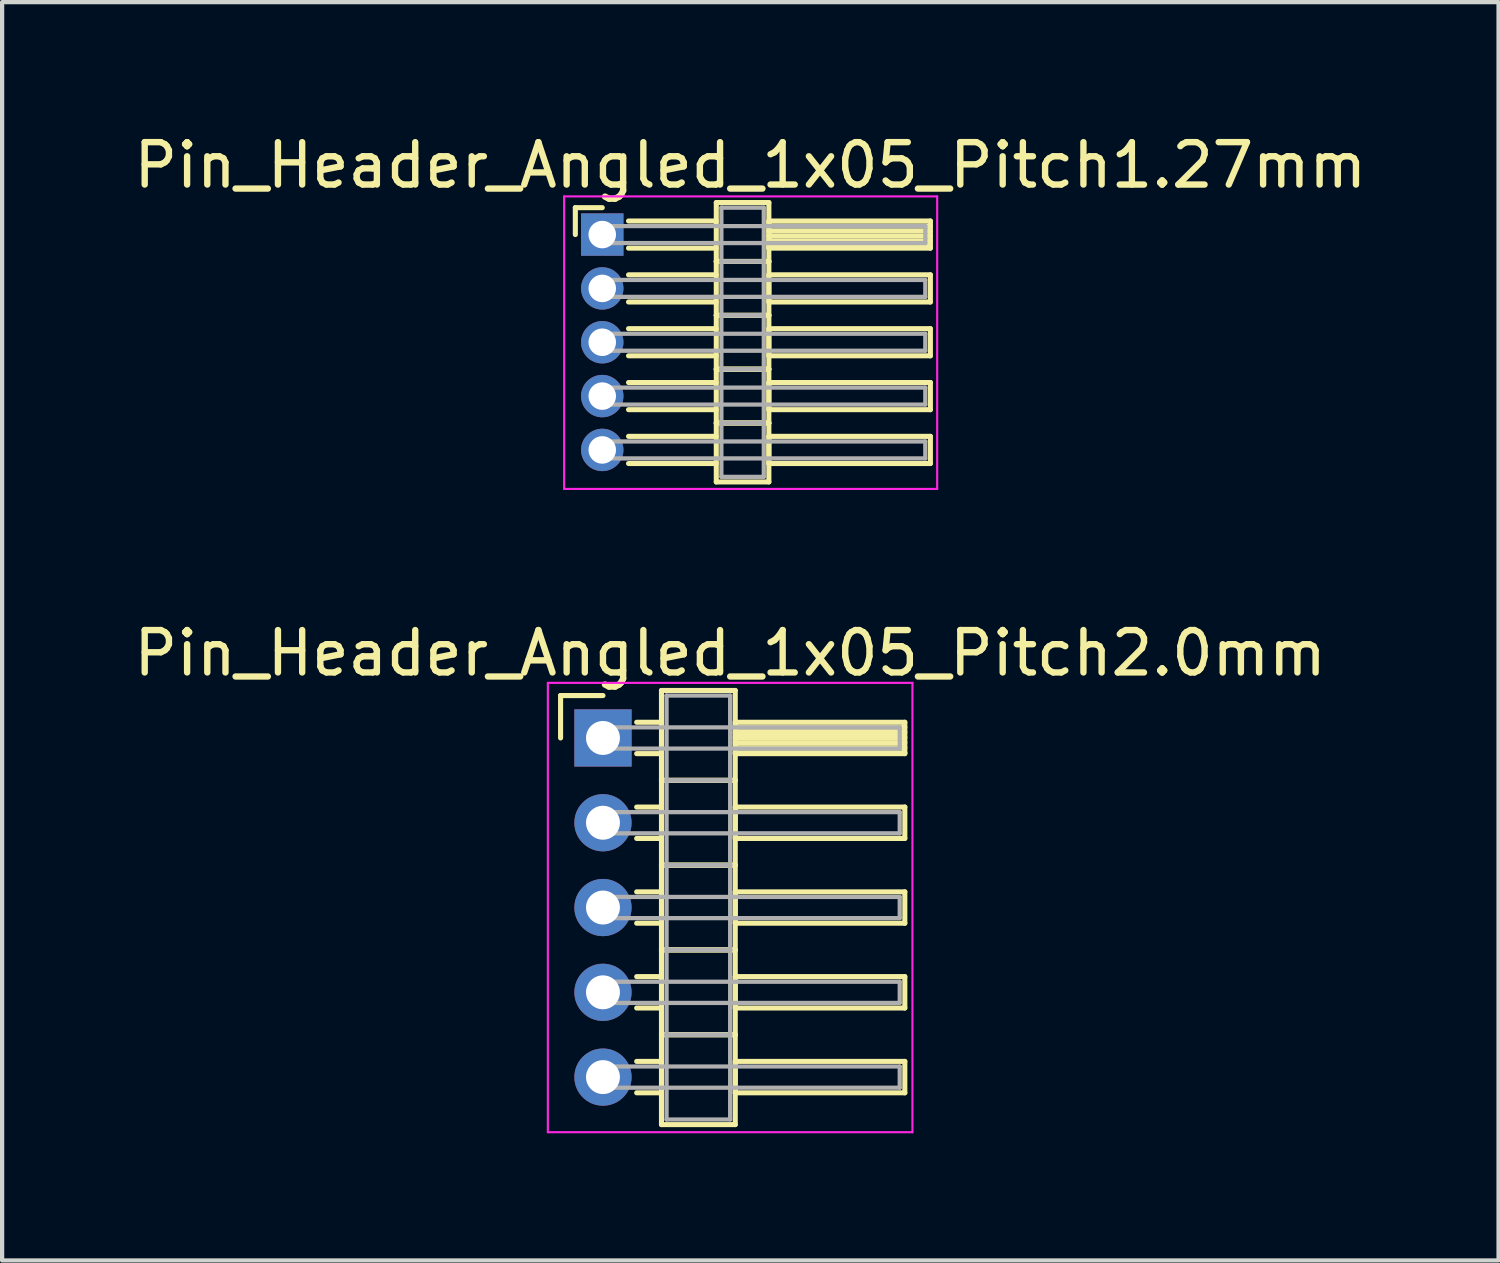
<source format=kicad_pcb>
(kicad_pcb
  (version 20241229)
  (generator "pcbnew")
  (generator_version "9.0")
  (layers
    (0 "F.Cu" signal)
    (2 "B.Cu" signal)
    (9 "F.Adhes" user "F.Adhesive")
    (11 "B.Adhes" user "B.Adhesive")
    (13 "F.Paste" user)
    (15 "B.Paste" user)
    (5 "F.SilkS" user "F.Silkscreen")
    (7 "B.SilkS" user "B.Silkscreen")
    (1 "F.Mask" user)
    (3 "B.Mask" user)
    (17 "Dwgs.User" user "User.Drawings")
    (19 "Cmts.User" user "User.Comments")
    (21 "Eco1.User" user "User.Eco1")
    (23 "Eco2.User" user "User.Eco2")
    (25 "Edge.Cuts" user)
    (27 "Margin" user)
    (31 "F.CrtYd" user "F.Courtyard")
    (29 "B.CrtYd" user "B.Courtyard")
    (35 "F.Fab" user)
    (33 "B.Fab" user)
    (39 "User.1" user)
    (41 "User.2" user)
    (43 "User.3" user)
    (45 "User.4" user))
  (footprint "Pin_Header_Angled_1x05_Pitch2.0mm"
    (layer "F.Cu")
    (at 11.173 14.357)
    (property "Reference" "Pin_Header_Angled_1x05_Pitch2.0mm" (at 3 -2 0) (layer "F.SilkS") (effects (font (size 1 1) (thickness 0.15))))
    (attr through_hole)
    (fp_line (start -1 -1) (end 0 -1) (stroke (width 0.12) (type solid)) (layer "F.SilkS"))
    (fp_line (start -1 0) (end -1 -1) (stroke (width 0.12) (type solid)) (layer "F.SilkS"))
    (fp_line (start 0.795 -0.37) (end 1.38 -0.37) (stroke (width 0.12) (type solid)) (layer "F.SilkS"))
    (fp_line (start 0.795 0.37) (end 1.38 0.37) (stroke (width 0.12) (type solid)) (layer "F.SilkS"))
    (fp_line (start 0.795 1.63) (end 1.38 1.63) (stroke (width 0.12) (type solid)) (layer "F.SilkS"))
    (fp_line (start 0.795 2.37) (end 1.38 2.37) (stroke (width 0.12) (type solid)) (layer "F.SilkS"))
    (fp_line (start 0.795 3.63) (end 1.38 3.63) (stroke (width 0.12) (type solid)) (layer "F.SilkS"))
    (fp_line (start 0.795 4.37) (end 1.38 4.37) (stroke (width 0.12) (type solid)) (layer "F.SilkS"))
    (fp_line (start 0.795 5.63) (end 1.38 5.63) (stroke (width 0.12) (type solid)) (layer "F.SilkS"))
    (fp_line (start 0.795 6.37) (end 1.38 6.37) (stroke (width 0.12) (type solid)) (layer "F.SilkS"))
    (fp_line (start 0.795 7.63) (end 1.38 7.63) (stroke (width 0.12) (type solid)) (layer "F.SilkS"))
    (fp_line (start 0.795 8.37) (end 1.38 8.37) (stroke (width 0.12) (type solid)) (layer "F.SilkS"))
    (fp_line (start 1.38 -1.12) (end 1.38 1) (stroke (width 0.12) (type solid)) (layer "F.SilkS"))
    (fp_line (start 1.38 1) (end 1.38 3) (stroke (width 0.12) (type solid)) (layer "F.SilkS"))
    (fp_line (start 1.38 1) (end 3.12 1) (stroke (width 0.12) (type solid)) (layer "F.SilkS"))
    (fp_line (start 1.38 3) (end 1.38 5) (stroke (width 0.12) (type solid)) (layer "F.SilkS"))
    (fp_line (start 1.38 3) (end 3.12 3) (stroke (width 0.12) (type solid)) (layer "F.SilkS"))
    (fp_line (start 1.38 5) (end 1.38 7) (stroke (width 0.12) (type solid)) (layer "F.SilkS"))
    (fp_line (start 1.38 5) (end 3.12 5) (stroke (width 0.12) (type solid)) (layer "F.SilkS"))
    (fp_line (start 1.38 7) (end 1.38 9.12) (stroke (width 0.12) (type solid)) (layer "F.SilkS"))
    (fp_line (start 1.38 7) (end 3.12 7) (stroke (width 0.12) (type solid)) (layer "F.SilkS"))
    (fp_line (start 1.38 9.12) (end 3.12 9.12) (stroke (width 0.12) (type solid)) (layer "F.SilkS"))
    (fp_line (start 3.12 -1.12) (end 1.38 -1.12) (stroke (width 0.12) (type solid)) (layer "F.SilkS"))
    (fp_line (start 3.12 -0.37) (end 3.12 0.37) (stroke (width 0.12) (type solid)) (layer "F.SilkS"))
    (fp_line (start 3.12 -0.25) (end 7.12 -0.25) (stroke (width 0.12) (type solid)) (layer "F.SilkS"))
    (fp_line (start 3.12 -0.13) (end 7.12 -0.13) (stroke (width 0.12) (type solid)) (layer "F.SilkS"))
    (fp_line (start 3.12 -0.01) (end 7.12 -0.01) (stroke (width 0.12) (type solid)) (layer "F.SilkS"))
    (fp_line (start 3.12 0.11) (end 7.12 0.11) (stroke (width 0.12) (type solid)) (layer "F.SilkS"))
    (fp_line (start 3.12 0.23) (end 7.12 0.23) (stroke (width 0.12) (type solid)) (layer "F.SilkS"))
    (fp_line (start 3.12 0.35) (end 7.12 0.35) (stroke (width 0.12) (type solid)) (layer "F.SilkS"))
    (fp_line (start 3.12 0.37) (end 7.12 0.37) (stroke (width 0.12) (type solid)) (layer "F.SilkS"))
    (fp_line (start 3.12 1) (end 1.38 1) (stroke (width 0.12) (type solid)) (layer "F.SilkS"))
    (fp_line (start 3.12 1) (end 3.12 -1.12) (stroke (width 0.12) (type solid)) (layer "F.SilkS"))
    (fp_line (start 3.12 1.63) (end 3.12 2.37) (stroke (width 0.12) (type solid)) (layer "F.SilkS"))
    (fp_line (start 3.12 2.37) (end 7.12 2.37) (stroke (width 0.12) (type solid)) (layer "F.SilkS"))
    (fp_line (start 3.12 3) (end 1.38 3) (stroke (width 0.12) (type solid)) (layer "F.SilkS"))
    (fp_line (start 3.12 3) (end 3.12 1) (stroke (width 0.12) (type solid)) (layer "F.SilkS"))
    (fp_line (start 3.12 3.63) (end 3.12 4.37) (stroke (width 0.12) (type solid)) (layer "F.SilkS"))
    (fp_line (start 3.12 4.37) (end 7.12 4.37) (stroke (width 0.12) (type solid)) (layer "F.SilkS"))
    (fp_line (start 3.12 5) (end 1.38 5) (stroke (width 0.12) (type solid)) (layer "F.SilkS"))
    (fp_line (start 3.12 5) (end 3.12 3) (stroke (width 0.12) (type solid)) (layer "F.SilkS"))
    (fp_line (start 3.12 5.63) (end 3.12 6.37) (stroke (width 0.12) (type solid)) (layer "F.SilkS"))
    (fp_line (start 3.12 6.37) (end 7.12 6.37) (stroke (width 0.12) (type solid)) (layer "F.SilkS"))
    (fp_line (start 3.12 7) (end 1.38 7) (stroke (width 0.12) (type solid)) (layer "F.SilkS"))
    (fp_line (start 3.12 7) (end 3.12 5) (stroke (width 0.12) (type solid)) (layer "F.SilkS"))
    (fp_line (start 3.12 7.63) (end 3.12 8.37) (stroke (width 0.12) (type solid)) (layer "F.SilkS"))
    (fp_line (start 3.12 8.37) (end 7.12 8.37) (stroke (width 0.12) (type solid)) (layer "F.SilkS"))
    (fp_line (start 3.12 9.12) (end 3.12 7) (stroke (width 0.12) (type solid)) (layer "F.SilkS"))
    (fp_line (start 7.12 -0.37) (end 3.12 -0.37) (stroke (width 0.12) (type solid)) (layer "F.SilkS"))
    (fp_line (start 7.12 0.37) (end 7.12 -0.37) (stroke (width 0.12) (type solid)) (layer "F.SilkS"))
    (fp_line (start 7.12 1.63) (end 3.12 1.63) (stroke (width 0.12) (type solid)) (layer "F.SilkS"))
    (fp_line (start 7.12 2.37) (end 7.12 1.63) (stroke (width 0.12) (type solid)) (layer "F.SilkS"))
    (fp_line (start 7.12 3.63) (end 3.12 3.63) (stroke (width 0.12) (type solid)) (layer "F.SilkS"))
    (fp_line (start 7.12 4.37) (end 7.12 3.63) (stroke (width 0.12) (type solid)) (layer "F.SilkS"))
    (fp_line (start 7.12 5.63) (end 3.12 5.63) (stroke (width 0.12) (type solid)) (layer "F.SilkS"))
    (fp_line (start 7.12 6.37) (end 7.12 5.63) (stroke (width 0.12) (type solid)) (layer "F.SilkS"))
    (fp_line (start 7.12 7.63) (end 3.12 7.63) (stroke (width 0.12) (type solid)) (layer "F.SilkS"))
    (fp_line (start 7.12 8.37) (end 7.12 7.63) (stroke (width 0.12) (type solid)) (layer "F.SilkS"))
    (fp_line (start -1.3 -1.3) (end -1.3 9.3) (stroke (width 0.05) (type solid)) (layer "F.CrtYd"))
    (fp_line (start -1.3 9.3) (end 7.3 9.3) (stroke (width 0.05) (type solid)) (layer "F.CrtYd"))
    (fp_line (start 7.3 -1.3) (end -1.3 -1.3) (stroke (width 0.05) (type solid)) (layer "F.CrtYd"))
    (fp_line (start 7.3 9.3) (end 7.3 -1.3) (stroke (width 0.05) (type solid)) (layer "F.CrtYd"))
    (fp_line (start 0 -0.25) (end 0 0.25) (stroke (width 0.1) (type solid)) (layer "F.Fab"))
    (fp_line (start 0 0.25) (end 7 0.25) (stroke (width 0.1) (type solid)) (layer "F.Fab"))
    (fp_line (start 0 1.75) (end 0 2.25) (stroke (width 0.1) (type solid)) (layer "F.Fab"))
    (fp_line (start 0 2.25) (end 7 2.25) (stroke (width 0.1) (type solid)) (layer "F.Fab"))
    (fp_line (start 0 3.75) (end 0 4.25) (stroke (width 0.1) (type solid)) (layer "F.Fab"))
    (fp_line (start 0 4.25) (end 7 4.25) (stroke (width 0.1) (type solid)) (layer "F.Fab"))
    (fp_line (start 0 5.75) (end 0 6.25) (stroke (width 0.1) (type solid)) (layer "F.Fab"))
    (fp_line (start 0 6.25) (end 7 6.25) (stroke (width 0.1) (type solid)) (layer "F.Fab"))
    (fp_line (start 0 7.75) (end 0 8.25) (stroke (width 0.1) (type solid)) (layer "F.Fab"))
    (fp_line (start 0 8.25) (end 7 8.25) (stroke (width 0.1) (type solid)) (layer "F.Fab"))
    (fp_line (start 1.5 -1) (end 1.5 1) (stroke (width 0.1) (type solid)) (layer "F.Fab"))
    (fp_line (start 1.5 1) (end 1.5 3) (stroke (width 0.1) (type solid)) (layer "F.Fab"))
    (fp_line (start 1.5 1) (end 3 1) (stroke (width 0.1) (type solid)) (layer "F.Fab"))
    (fp_line (start 1.5 3) (end 1.5 5) (stroke (width 0.1) (type solid)) (layer "F.Fab"))
    (fp_line (start 1.5 3) (end 3 3) (stroke (width 0.1) (type solid)) (layer "F.Fab"))
    (fp_line (start 1.5 5) (end 1.5 7) (stroke (width 0.1) (type solid)) (layer "F.Fab"))
    (fp_line (start 1.5 5) (end 3 5) (stroke (width 0.1) (type solid)) (layer "F.Fab"))
    (fp_line (start 1.5 7) (end 1.5 9) (stroke (width 0.1) (type solid)) (layer "F.Fab"))
    (fp_line (start 1.5 7) (end 3 7) (stroke (width 0.1) (type solid)) (layer "F.Fab"))
    (fp_line (start 1.5 9) (end 3 9) (stroke (width 0.1) (type solid)) (layer "F.Fab"))
    (fp_line (start 3 -1) (end 1.5 -1) (stroke (width 0.1) (type solid)) (layer "F.Fab"))
    (fp_line (start 3 1) (end 1.5 1) (stroke (width 0.1) (type solid)) (layer "F.Fab"))
    (fp_line (start 3 1) (end 3 -1) (stroke (width 0.1) (type solid)) (layer "F.Fab"))
    (fp_line (start 3 3) (end 1.5 3) (stroke (width 0.1) (type solid)) (layer "F.Fab"))
    (fp_line (start 3 3) (end 3 1) (stroke (width 0.1) (type solid)) (layer "F.Fab"))
    (fp_line (start 3 5) (end 1.5 5) (stroke (width 0.1) (type solid)) (layer "F.Fab"))
    (fp_line (start 3 5) (end 3 3) (stroke (width 0.1) (type solid)) (layer "F.Fab"))
    (fp_line (start 3 7) (end 1.5 7) (stroke (width 0.1) (type solid)) (layer "F.Fab"))
    (fp_line (start 3 7) (end 3 5) (stroke (width 0.1) (type solid)) (layer "F.Fab"))
    (fp_line (start 3 9) (end 3 7) (stroke (width 0.1) (type solid)) (layer "F.Fab"))
    (fp_line (start 7 -0.25) (end 0 -0.25) (stroke (width 0.1) (type solid)) (layer "F.Fab"))
    (fp_line (start 7 0.25) (end 7 -0.25) (stroke (width 0.1) (type solid)) (layer "F.Fab"))
    (fp_line (start 7 1.75) (end 0 1.75) (stroke (width 0.1) (type solid)) (layer "F.Fab"))
    (fp_line (start 7 2.25) (end 7 1.75) (stroke (width 0.1) (type solid)) (layer "F.Fab"))
    (fp_line (start 7 3.75) (end 0 3.75) (stroke (width 0.1) (type solid)) (layer "F.Fab"))
    (fp_line (start 7 4.25) (end 7 3.75) (stroke (width 0.1) (type solid)) (layer "F.Fab"))
    (fp_line (start 7 5.75) (end 0 5.75) (stroke (width 0.1) (type solid)) (layer "F.Fab"))
    (fp_line (start 7 6.25) (end 7 5.75) (stroke (width 0.1) (type solid)) (layer "F.Fab"))
    (fp_line (start 7 7.75) (end 0 7.75) (stroke (width 0.1) (type solid)) (layer "F.Fab"))
    (fp_line (start 7 8.25) (end 7 7.75) (stroke (width 0.1) (type solid)) (layer "F.Fab"))
    (pad "1" thru_hole rect (at 0 0) (size 1.35 1.35) (drill 0.8) (layers "*.Cu" "*.Mask"))
    (pad "2" thru_hole oval (at 0 2) (size 1.35 1.35) (drill 0.8) (layers "*.Cu" "*.Mask"))
    (pad "3" thru_hole oval (at 0 4) (size 1.35 1.35) (drill 0.8) (layers "*.Cu" "*.Mask"))
    (pad "4" thru_hole oval (at 0 6) (size 1.35 1.35) (drill 0.8) (layers "*.Cu" "*.Mask"))
    (pad "5" thru_hole oval (at 0 8) (size 1.35 1.35) (drill 0.8) (layers "*.Cu" "*.Mask")))
  (footprint "Pin_Header_Angled_1x05_Pitch1.27mm"
    (layer "F.Cu")
    (at 11.156 2.483)
    (property "Reference" "Pin_Header_Angled_1x05_Pitch1.27mm" (at 3.493 -1.635 0) (layer "F.SilkS") (effects (font (size 1 1) (thickness 0.15))))
    (attr through_hole)
    (fp_line (start -0.635 -0.635) (end 0 -0.635) (stroke (width 0.12) (type solid)) (layer "F.SilkS"))
    (fp_line (start -0.635 0) (end -0.635 -0.635) (stroke (width 0.12) (type solid)) (layer "F.SilkS"))
    (fp_line (start 0.62 -0.32) (end 2.69 -0.32) (stroke (width 0.12) (type solid)) (layer "F.SilkS"))
    (fp_line (start 0.62 0.32) (end 2.69 0.32) (stroke (width 0.12) (type solid)) (layer "F.SilkS"))
    (fp_line (start 0.62 0.95) (end 2.69 0.95) (stroke (width 0.12) (type solid)) (layer "F.SilkS"))
    (fp_line (start 0.62 1.59) (end 2.69 1.59) (stroke (width 0.12) (type solid)) (layer "F.SilkS"))
    (fp_line (start 0.62 2.22) (end 2.69 2.22) (stroke (width 0.12) (type solid)) (layer "F.SilkS"))
    (fp_line (start 0.62 2.86) (end 2.69 2.86) (stroke (width 0.12) (type solid)) (layer "F.SilkS"))
    (fp_line (start 0.62 3.49) (end 2.69 3.49) (stroke (width 0.12) (type solid)) (layer "F.SilkS"))
    (fp_line (start 0.62 4.13) (end 2.69 4.13) (stroke (width 0.12) (type solid)) (layer "F.SilkS"))
    (fp_line (start 0.62 4.76) (end 2.69 4.76) (stroke (width 0.12) (type solid)) (layer "F.SilkS"))
    (fp_line (start 0.62 5.4) (end 2.69 5.4) (stroke (width 0.12) (type solid)) (layer "F.SilkS"))
    (fp_line (start 2.69 -0.755) (end 2.69 0.635) (stroke (width 0.12) (type solid)) (layer "F.SilkS"))
    (fp_line (start 2.69 0.635) (end 2.69 1.905) (stroke (width 0.12) (type solid)) (layer "F.SilkS"))
    (fp_line (start 2.69 0.635) (end 3.93 0.635) (stroke (width 0.12) (type solid)) (layer "F.SilkS"))
    (fp_line (start 2.69 1.905) (end 2.69 3.175) (stroke (width 0.12) (type solid)) (layer "F.SilkS"))
    (fp_line (start 2.69 1.905) (end 3.93 1.905) (stroke (width 0.12) (type solid)) (layer "F.SilkS"))
    (fp_line (start 2.69 3.175) (end 2.69 4.445) (stroke (width 0.12) (type solid)) (layer "F.SilkS"))
    (fp_line (start 2.69 3.175) (end 3.93 3.175) (stroke (width 0.12) (type solid)) (layer "F.SilkS"))
    (fp_line (start 2.69 4.445) (end 2.69 5.835) (stroke (width 0.12) (type solid)) (layer "F.SilkS"))
    (fp_line (start 2.69 4.445) (end 3.93 4.445) (stroke (width 0.12) (type solid)) (layer "F.SilkS"))
    (fp_line (start 2.69 5.835) (end 3.93 5.835) (stroke (width 0.12) (type solid)) (layer "F.SilkS"))
    (fp_line (start 3.93 -0.755) (end 2.69 -0.755) (stroke (width 0.12) (type solid)) (layer "F.SilkS"))
    (fp_line (start 3.93 -0.32) (end 3.93 0.32) (stroke (width 0.12) (type solid)) (layer "F.SilkS"))
    (fp_line (start 3.93 -0.2) (end 7.74 -0.2) (stroke (width 0.12) (type solid)) (layer "F.SilkS"))
    (fp_line (start 3.93 -0.08) (end 7.74 -0.08) (stroke (width 0.12) (type solid)) (layer "F.SilkS"))
    (fp_line (start 3.93 0.04) (end 7.74 0.04) (stroke (width 0.12) (type solid)) (layer "F.SilkS"))
    (fp_line (start 3.93 0.16) (end 7.74 0.16) (stroke (width 0.12) (type solid)) (layer "F.SilkS"))
    (fp_line (start 3.93 0.28) (end 7.74 0.28) (stroke (width 0.12) (type solid)) (layer "F.SilkS"))
    (fp_line (start 3.93 0.32) (end 7.74 0.32) (stroke (width 0.12) (type solid)) (layer "F.SilkS"))
    (fp_line (start 3.93 0.635) (end 2.69 0.635) (stroke (width 0.12) (type solid)) (layer "F.SilkS"))
    (fp_line (start 3.93 0.635) (end 3.93 -0.755) (stroke (width 0.12) (type solid)) (layer "F.SilkS"))
    (fp_line (start 3.93 0.95) (end 3.93 1.59) (stroke (width 0.12) (type solid)) (layer "F.SilkS"))
    (fp_line (start 3.93 1.59) (end 7.74 1.59) (stroke (width 0.12) (type solid)) (layer "F.SilkS"))
    (fp_line (start 3.93 1.905) (end 2.69 1.905) (stroke (width 0.12) (type solid)) (layer "F.SilkS"))
    (fp_line (start 3.93 1.905) (end 3.93 0.635) (stroke (width 0.12) (type solid)) (layer "F.SilkS"))
    (fp_line (start 3.93 2.22) (end 3.93 2.86) (stroke (width 0.12) (type solid)) (layer "F.SilkS"))
    (fp_line (start 3.93 2.86) (end 7.74 2.86) (stroke (width 0.12) (type solid)) (layer "F.SilkS"))
    (fp_line (start 3.93 3.175) (end 2.69 3.175) (stroke (width 0.12) (type solid)) (layer "F.SilkS"))
    (fp_line (start 3.93 3.175) (end 3.93 1.905) (stroke (width 0.12) (type solid)) (layer "F.SilkS"))
    (fp_line (start 3.93 3.49) (end 3.93 4.13) (stroke (width 0.12) (type solid)) (layer "F.SilkS"))
    (fp_line (start 3.93 4.13) (end 7.74 4.13) (stroke (width 0.12) (type solid)) (layer "F.SilkS"))
    (fp_line (start 3.93 4.445) (end 2.69 4.445) (stroke (width 0.12) (type solid)) (layer "F.SilkS"))
    (fp_line (start 3.93 4.445) (end 3.93 3.175) (stroke (width 0.12) (type solid)) (layer "F.SilkS"))
    (fp_line (start 3.93 4.76) (end 3.93 5.4) (stroke (width 0.12) (type solid)) (layer "F.SilkS"))
    (fp_line (start 3.93 5.4) (end 7.74 5.4) (stroke (width 0.12) (type solid)) (layer "F.SilkS"))
    (fp_line (start 3.93 5.835) (end 3.93 4.445) (stroke (width 0.12) (type solid)) (layer "F.SilkS"))
    (fp_line (start 7.74 -0.32) (end 3.93 -0.32) (stroke (width 0.12) (type solid)) (layer "F.SilkS"))
    (fp_line (start 7.74 0.32) (end 7.74 -0.32) (stroke (width 0.12) (type solid)) (layer "F.SilkS"))
    (fp_line (start 7.74 0.95) (end 3.93 0.95) (stroke (width 0.12) (type solid)) (layer "F.SilkS"))
    (fp_line (start 7.74 1.59) (end 7.74 0.95) (stroke (width 0.12) (type solid)) (layer "F.SilkS"))
    (fp_line (start 7.74 2.22) (end 3.93 2.22) (stroke (width 0.12) (type solid)) (layer "F.SilkS"))
    (fp_line (start 7.74 2.86) (end 7.74 2.22) (stroke (width 0.12) (type solid)) (layer "F.SilkS"))
    (fp_line (start 7.74 3.49) (end 3.93 3.49) (stroke (width 0.12) (type solid)) (layer "F.SilkS"))
    (fp_line (start 7.74 4.13) (end 7.74 3.49) (stroke (width 0.12) (type solid)) (layer "F.SilkS"))
    (fp_line (start 7.74 4.76) (end 3.93 4.76) (stroke (width 0.12) (type solid)) (layer "F.SilkS"))
    (fp_line (start 7.74 5.4) (end 7.74 4.76) (stroke (width 0.12) (type solid)) (layer "F.SilkS"))
    (fp_line (start -0.9 -0.9) (end -0.9 6) (stroke (width 0.05) (type solid)) (layer "F.CrtYd"))
    (fp_line (start -0.9 6) (end 7.9 6) (stroke (width 0.05) (type solid)) (layer "F.CrtYd"))
    (fp_line (start 7.9 -0.9) (end -0.9 -0.9) (stroke (width 0.05) (type solid)) (layer "F.CrtYd"))
    (fp_line (start 7.9 6) (end 7.9 -0.9) (stroke (width 0.05) (type solid)) (layer "F.CrtYd"))
    (fp_line (start 0 -0.2) (end 0 0.2) (stroke (width 0.1) (type solid)) (layer "F.Fab"))
    (fp_line (start 0 0.2) (end 7.62 0.2) (stroke (width 0.1) (type solid)) (layer "F.Fab"))
    (fp_line (start 0 1.07) (end 0 1.47) (stroke (width 0.1) (type solid)) (layer "F.Fab"))
    (fp_line (start 0 1.47) (end 7.62 1.47) (stroke (width 0.1) (type solid)) (layer "F.Fab"))
    (fp_line (start 0 2.34) (end 0 2.74) (stroke (width 0.1) (type solid)) (layer "F.Fab"))
    (fp_line (start 0 2.74) (end 7.62 2.74) (stroke (width 0.1) (type solid)) (layer "F.Fab"))
    (fp_line (start 0 3.61) (end 0 4.01) (stroke (width 0.1) (type solid)) (layer "F.Fab"))
    (fp_line (start 0 4.01) (end 7.62 4.01) (stroke (width 0.1) (type solid)) (layer "F.Fab"))
    (fp_line (start 0 4.88) (end 0 5.28) (stroke (width 0.1) (type solid)) (layer "F.Fab"))
    (fp_line (start 0 5.28) (end 7.62 5.28) (stroke (width 0.1) (type solid)) (layer "F.Fab"))
    (fp_line (start 2.81 -0.635) (end 2.81 0.635) (stroke (width 0.1) (type solid)) (layer "F.Fab"))
    (fp_line (start 2.81 0.635) (end 2.81 1.905) (stroke (width 0.1) (type solid)) (layer "F.Fab"))
    (fp_line (start 2.81 0.635) (end 3.81 0.635) (stroke (width 0.1) (type solid)) (layer "F.Fab"))
    (fp_line (start 2.81 1.905) (end 2.81 3.175) (stroke (width 0.1) (type solid)) (layer "F.Fab"))
    (fp_line (start 2.81 1.905) (end 3.81 1.905) (stroke (width 0.1) (type solid)) (layer "F.Fab"))
    (fp_line (start 2.81 3.175) (end 2.81 4.445) (stroke (width 0.1) (type solid)) (layer "F.Fab"))
    (fp_line (start 2.81 3.175) (end 3.81 3.175) (stroke (width 0.1) (type solid)) (layer "F.Fab"))
    (fp_line (start 2.81 4.445) (end 2.81 5.715) (stroke (width 0.1) (type solid)) (layer "F.Fab"))
    (fp_line (start 2.81 4.445) (end 3.81 4.445) (stroke (width 0.1) (type solid)) (layer "F.Fab"))
    (fp_line (start 2.81 5.715) (end 3.81 5.715) (stroke (width 0.1) (type solid)) (layer "F.Fab"))
    (fp_line (start 3.81 -0.635) (end 2.81 -0.635) (stroke (width 0.1) (type solid)) (layer "F.Fab"))
    (fp_line (start 3.81 0.635) (end 2.81 0.635) (stroke (width 0.1) (type solid)) (layer "F.Fab"))
    (fp_line (start 3.81 0.635) (end 3.81 -0.635) (stroke (width 0.1) (type solid)) (layer "F.Fab"))
    (fp_line (start 3.81 1.905) (end 2.81 1.905) (stroke (width 0.1) (type solid)) (layer "F.Fab"))
    (fp_line (start 3.81 1.905) (end 3.81 0.635) (stroke (width 0.1) (type solid)) (layer "F.Fab"))
    (fp_line (start 3.81 3.175) (end 2.81 3.175) (stroke (width 0.1) (type solid)) (layer "F.Fab"))
    (fp_line (start 3.81 3.175) (end 3.81 1.905) (stroke (width 0.1) (type solid)) (layer "F.Fab"))
    (fp_line (start 3.81 4.445) (end 2.81 4.445) (stroke (width 0.1) (type solid)) (layer "F.Fab"))
    (fp_line (start 3.81 4.445) (end 3.81 3.175) (stroke (width 0.1) (type solid)) (layer "F.Fab"))
    (fp_line (start 3.81 5.715) (end 3.81 4.445) (stroke (width 0.1) (type solid)) (layer "F.Fab"))
    (fp_line (start 7.62 -0.2) (end 0 -0.2) (stroke (width 0.1) (type solid)) (layer "F.Fab"))
    (fp_line (start 7.62 0.2) (end 7.62 -0.2) (stroke (width 0.1) (type solid)) (layer "F.Fab"))
    (fp_line (start 7.62 1.07) (end 0 1.07) (stroke (width 0.1) (type solid)) (layer "F.Fab"))
    (fp_line (start 7.62 1.47) (end 7.62 1.07) (stroke (width 0.1) (type solid)) (layer "F.Fab"))
    (fp_line (start 7.62 2.34) (end 0 2.34) (stroke (width 0.1) (type solid)) (layer "F.Fab"))
    (fp_line (start 7.62 2.74) (end 7.62 2.34) (stroke (width 0.1) (type solid)) (layer "F.Fab"))
    (fp_line (start 7.62 3.61) (end 0 3.61) (stroke (width 0.1) (type solid)) (layer "F.Fab"))
    (fp_line (start 7.62 4.01) (end 7.62 3.61) (stroke (width 0.1) (type solid)) (layer "F.Fab"))
    (fp_line (start 7.62 4.88) (end 0 4.88) (stroke (width 0.1) (type solid)) (layer "F.Fab"))
    (fp_line (start 7.62 5.28) (end 7.62 4.88) (stroke (width 0.1) (type solid)) (layer "F.Fab"))
    (pad "1" thru_hole rect (at 0 0) (size 1 1) (drill 0.65) (layers "*.Cu" "*.Mask"))
    (pad "2" thru_hole oval (at 0 1.27) (size 1 1) (drill 0.65) (layers "*.Cu" "*.Mask"))
    (pad "3" thru_hole oval (at 0 2.54) (size 1 1) (drill 0.65) (layers "*.Cu" "*.Mask"))
    (pad "4" thru_hole oval (at 0 3.81) (size 1 1) (drill 0.65) (layers "*.Cu" "*.Mask"))
    (pad "5" thru_hole oval (at 0 5.08) (size 1 1) (drill 0.65) (layers "*.Cu" "*.Mask")))
  (gr_rect
    (start -3 -3)
    (end 32.298 26.681)
    (stroke (width 0.1) (type default))
    (fill no)
    (layer "Edge.Cuts")))
</source>
